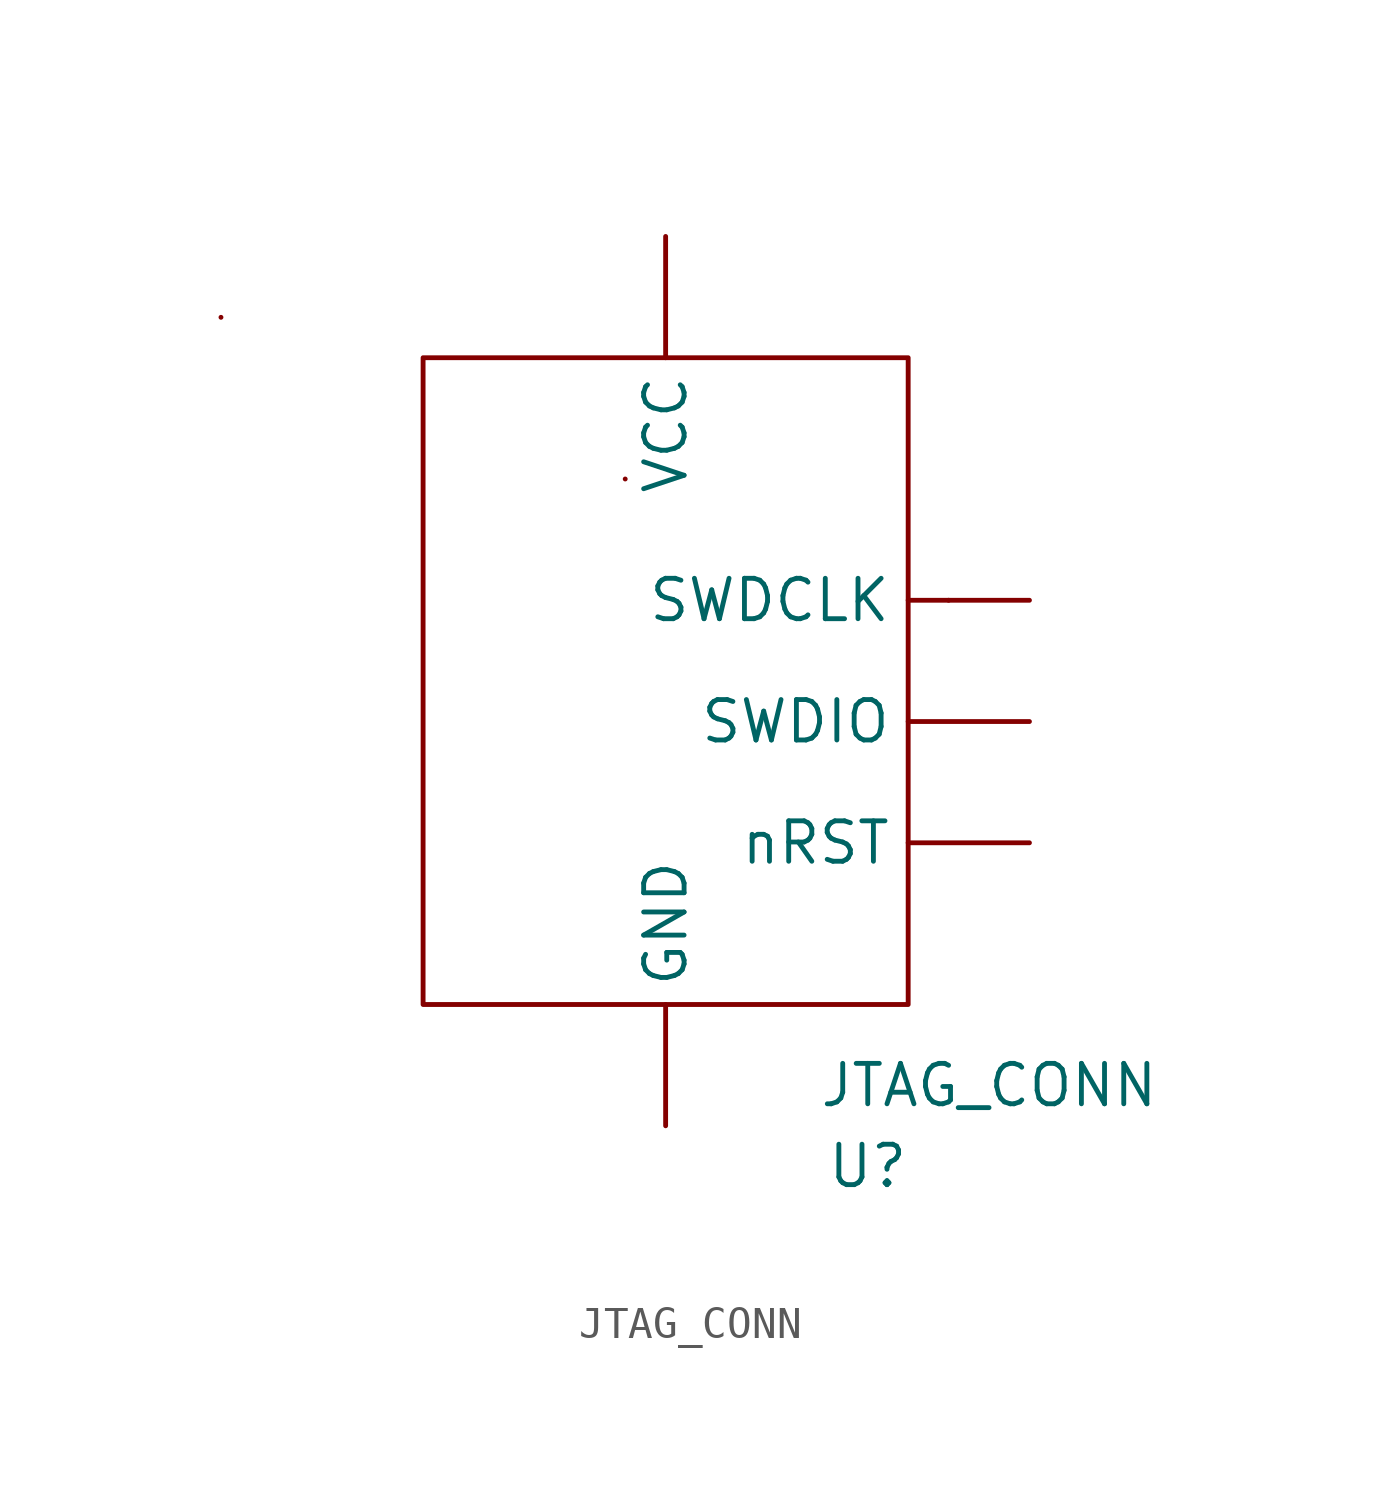
<source format=kicad_sym>
(kicad_symbol_lib
  (version 20211014)
  (generator kicad_symbol_editor)
  (symbol "JTAG_CONN"
    (property "Reference" "U"
      (at 6.35 -10.16 0)
      (effects (font (size 1.27 1.27))))
    (property "Value" "JTAG_CONN"
      (at 10.16 -7.62 0)
      (effects (font (size 1.27 1.27))))
    (symbol "JTAG_CONN_0_1"
      (rectangle (start -13.97 16.51) (end -13.97 16.51) (stroke (width 0) (type default) (color 0 0 0 0)) (fill (type none)))
      (rectangle (start -7.62 15.24) (end 7.62 -5.08) (stroke (width 0) (type default) (color 0 0 0 0)) (fill (type none)))
      (rectangle (start -1.27 11.43) (end -1.27 11.43) (stroke (width 0) (type default) (color 0 0 0 0)) (fill (type none)))
      (rectangle (start 8.89 7.62) (end 8.89 7.62) (stroke (width 0) (type default) (color 0 0 0 0)) (fill (type none))))
    (symbol "JTAG_CONN_1_1"
      (pin input line (at 0 -8.89 90) (length 3.81) (name "GND" (effects (font (size 1.27 1.27)))) (number "" (effects (font (size 1.27 1.27)))))
      (pin bidirectional line (at 11.43 7.62 180) (length 3.81) (name "SWDCLK" (effects (font (size 1.27 1.27)))) (number "" (effects (font (size 1.27 1.27)))))
      (pin bidirectional line (at 11.43 3.81 180) (length 3.81) (name "SWDIO" (effects (font (size 1.27 1.27)))) (number "" (effects (font (size 1.27 1.27)))))
      (pin input line (at 0 19.05 270) (length 3.81) (name "VCC" (effects (font (size 1.27 1.27)))) (number "" (effects (font (size 1.27 1.27)))))
      (pin output line (at 11.43 0 180) (length 3.81) (name "nRST" (effects (font (size 1.27 1.27)))) (number "" (effects (font (size 1.27 1.27))))))))
</source>
